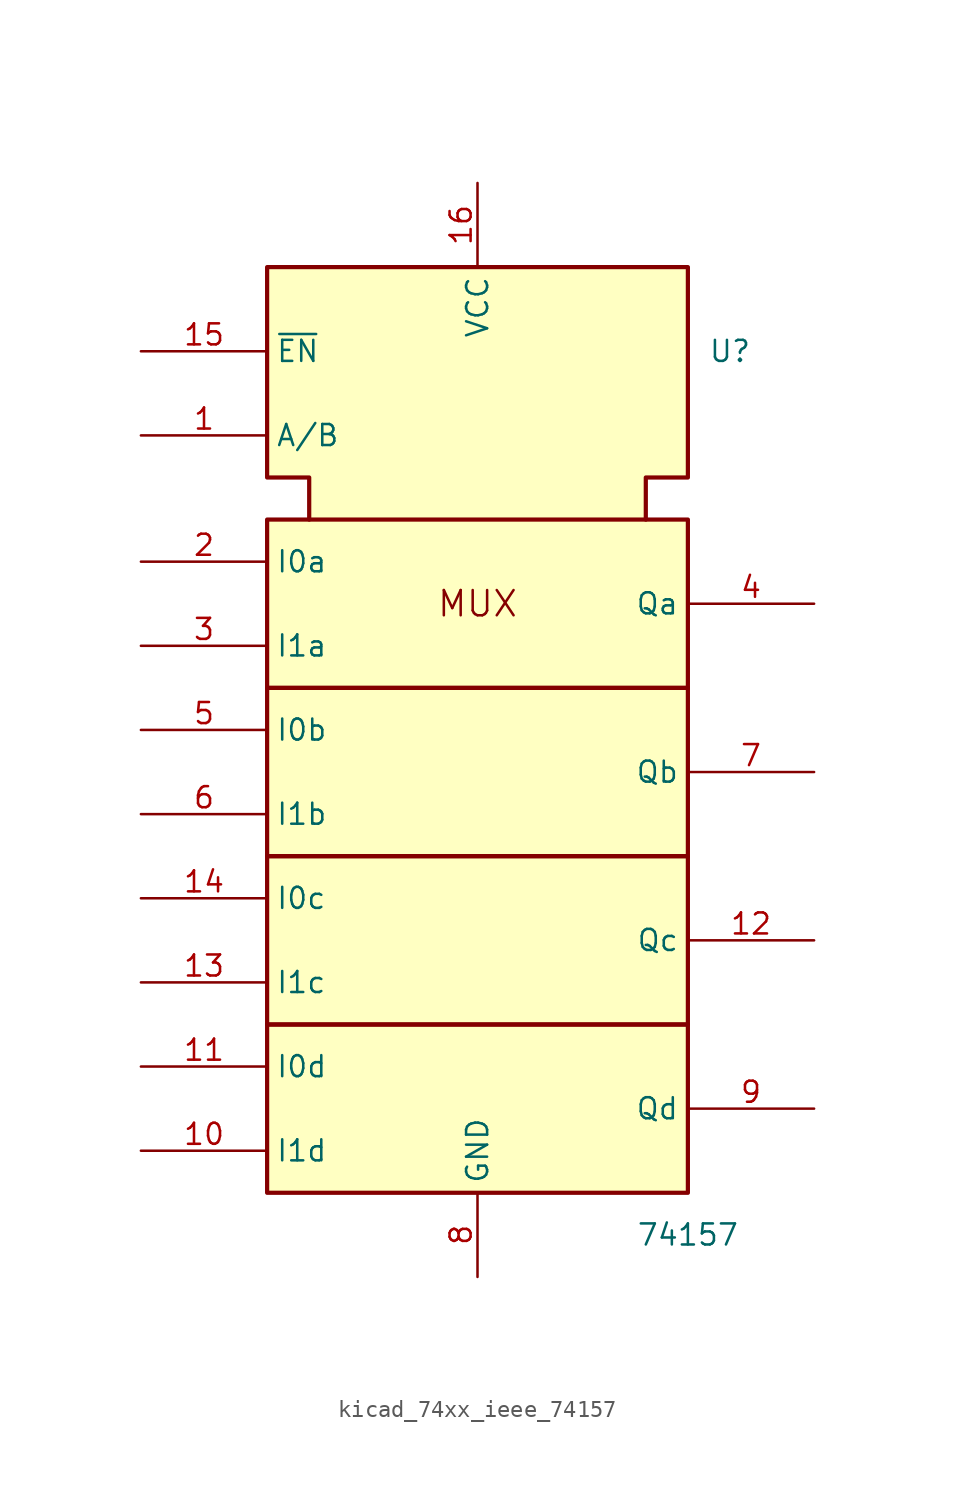
<source format=kicad_sym>
(kicad_symbol_lib
  (version 20220914)
  (generator kicad_symbol_editor)
  (symbol "kicad_74xx_ieee_74157"
    (property "Reference" "U"
      (at 15.24 20.32 0)
      (effects (font (size 1.27 1.27))))
    (property "Value" "74157"
      (at 12.7 -33.02 0)
      (effects (font (size 1.27 1.27))))
    (symbol "kicad_74xx_ieee_74157_0_0"
      (rectangle (start -12.7 -20.32) (end 12.7 -30.48) (stroke (width 0.254) (type default)) (fill (type background)))
      (rectangle (start -12.7 -10.16) (end 12.7 -20.32) (stroke (width 0.254) (type default)) (fill (type background)))
      (rectangle (start -12.7 0) (end 12.7 -10.16) (stroke (width 0.254) (type default)) (fill (type background)))
      (rectangle (start -12.7 10.16) (end 12.7 0) (stroke (width 0.254) (type default)) (fill (type background)))
      (polyline (pts (xy -10.16 10.16) (xy -10.16 12.7) (xy -12.7 12.7) (xy -12.7 25.4) (xy 12.7 25.4) (xy 12.7 12.7) (xy 10.16 12.7) (xy 10.16 10.16) (xy 10.16 10.16)) (stroke (width 0.254) (type default)) (fill (type background)))
      (text "MUX" (at 0 5.08 0) (effects (font (size 1.524 1.524))))
      (pin power_in line (at 0 30.48 270) (length 5.08) (name "VCC" (effects (font (size 1.27 1.27)))) (number "16" (effects (font (size 1.27 1.27)))))
      (pin power_in line (at 0 -35.56 90) (length 5.08) (name "GND" (effects (font (size 1.27 1.27)))) (number "8" (effects (font (size 1.27 1.27))))))
    (symbol "kicad_74xx_ieee_74157_1_1"
      (pin input line (at -20.32 15.24 0) (length 7.62) (name "A/B" (effects (font (size 1.27 1.27)))) (number "1" (effects (font (size 1.27 1.27)))))
      (pin input line (at -20.32 -27.94 0) (length 7.62) (name "I1d" (effects (font (size 1.27 1.27)))) (number "10" (effects (font (size 1.27 1.27)))))
      (pin input line (at -20.32 -22.86 0) (length 7.62) (name "I0d" (effects (font (size 1.27 1.27)))) (number "11" (effects (font (size 1.27 1.27)))))
      (pin output line (at 20.32 -15.24 180) (length 7.62) (name "Qc" (effects (font (size 1.27 1.27)))) (number "12" (effects (font (size 1.27 1.27)))))
      (pin input line (at -20.32 -17.78 0) (length 7.62) (name "I1c" (effects (font (size 1.27 1.27)))) (number "13" (effects (font (size 1.27 1.27)))))
      (pin input line (at -20.32 -12.7 0) (length 7.62) (name "I0c" (effects (font (size 1.27 1.27)))) (number "14" (effects (font (size 1.27 1.27)))))
      (pin input line (at -20.32 20.32 0) (length 7.62) (name "~{EN}" (effects (font (size 1.27 1.27)))) (number "15" (effects (font (size 1.27 1.27)))))
      (pin input line (at -20.32 7.62 0) (length 7.62) (name "I0a" (effects (font (size 1.27 1.27)))) (number "2" (effects (font (size 1.27 1.27)))))
      (pin input line (at -20.32 2.54 0) (length 7.62) (name "I1a" (effects (font (size 1.27 1.27)))) (number "3" (effects (font (size 1.27 1.27)))))
      (pin output line (at 20.32 5.08 180) (length 7.62) (name "Qa" (effects (font (size 1.27 1.27)))) (number "4" (effects (font (size 1.27 1.27)))))
      (pin input line (at -20.32 -2.54 0) (length 7.62) (name "I0b" (effects (font (size 1.27 1.27)))) (number "5" (effects (font (size 1.27 1.27)))))
      (pin input line (at -20.32 -7.62 0) (length 7.62) (name "I1b" (effects (font (size 1.27 1.27)))) (number "6" (effects (font (size 1.27 1.27)))))
      (pin output line (at 20.32 -5.08 180) (length 7.62) (name "Qb" (effects (font (size 1.27 1.27)))) (number "7" (effects (font (size 1.27 1.27)))))
      (pin output line (at 20.32 -25.4 180) (length 7.62) (name "Qd" (effects (font (size 1.27 1.27)))) (number "9" (effects (font (size 1.27 1.27))))))))
</source>
